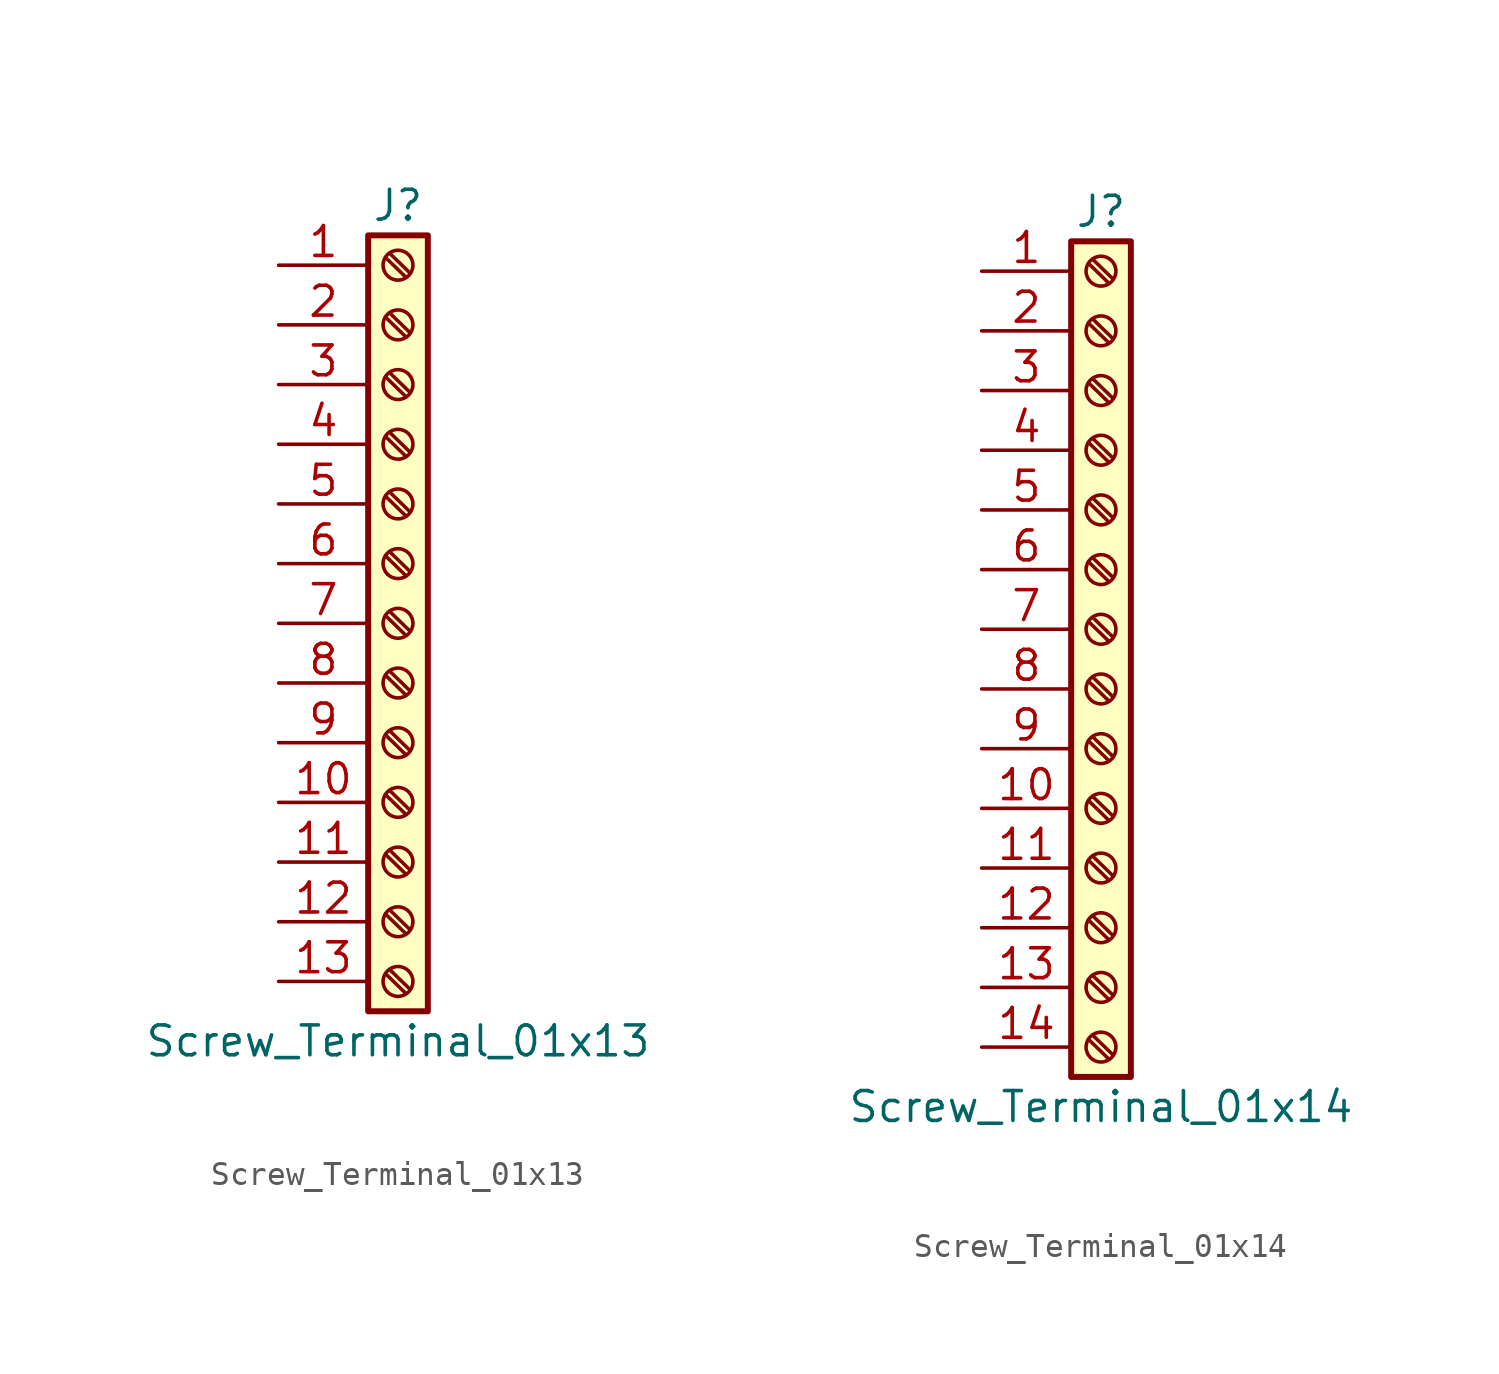
<source format=kicad_sym>
(kicad_symbol_lib
  (version 20201005)
  (generator kicad_symbol_editor)
  (symbol "Connector:Screw_Terminal_01x13"
    (pin_names
      (offset 1.016) hide)
    (property "Reference" "J"
      (at 0 17.78 0)
      (effects (font (size 1.27 1.27))))
    (property "Value" "Screw_Terminal_01x13"
      (at 0 -17.78 0)
      (effects (font (size 1.27 1.27))))
    (symbol "Screw_Terminal_01x13_1_1"
      (circle (center 0 -15.24) (radius 0.635) (stroke (width 0.152)) (fill (type none)))
      (circle (center 0 -12.7) (radius 0.635) (stroke (width 0.152)) (fill (type none)))
      (circle (center 0 -10.16) (radius 0.635) (stroke (width 0.152)) (fill (type none)))
      (circle (center 0 -7.62) (radius 0.635) (stroke (width 0.152)) (fill (type none)))
      (circle (center 0 -5.08) (radius 0.635) (stroke (width 0.152)) (fill (type none)))
      (circle (center 0 -2.54) (radius 0.635) (stroke (width 0.152)) (fill (type none)))
      (circle (center 0 0) (radius 0.635) (stroke (width 0.152)) (fill (type none)))
      (circle (center 0 2.54) (radius 0.635) (stroke (width 0.152)) (fill (type none)))
      (circle (center 0 5.08) (radius 0.635) (stroke (width 0.152)) (fill (type none)))
      (circle (center 0 7.62) (radius 0.635) (stroke (width 0.152)) (fill (type none)))
      (circle (center 0 10.16) (radius 0.635) (stroke (width 0.152)) (fill (type none)))
      (circle (center 0 12.7) (radius 0.635) (stroke (width 0.152)) (fill (type none)))
      (circle (center 0 15.24) (radius 0.635) (stroke (width 0.152)) (fill (type none)))
      (rectangle (start -1.27 16.51) (end 1.27 -16.51) (stroke (width 0.254)) (fill (type background)))
      (polyline (pts (xy -0.533 -14.91) (xy 0.33 -15.748)) (stroke (width 0.152)) (fill (type none)))
      (polyline (pts (xy -0.533 -12.37) (xy 0.33 -13.208)) (stroke (width 0.152)) (fill (type none)))
      (polyline (pts (xy -0.533 -9.83) (xy 0.33 -10.668)) (stroke (width 0.152)) (fill (type none)))
      (polyline (pts (xy -0.533 -7.29) (xy 0.33 -8.128)) (stroke (width 0.152)) (fill (type none)))
      (polyline (pts (xy -0.533 -4.75) (xy 0.33 -5.588)) (stroke (width 0.152)) (fill (type none)))
      (polyline (pts (xy -0.533 -2.21) (xy 0.33 -3.048)) (stroke (width 0.152)) (fill (type none)))
      (polyline (pts (xy -0.533 0.33) (xy 0.33 -0.508)) (stroke (width 0.152)) (fill (type none)))
      (polyline (pts (xy -0.533 2.87) (xy 0.33 2.032)) (stroke (width 0.152)) (fill (type none)))
      (polyline (pts (xy -0.533 5.41) (xy 0.33 4.572)) (stroke (width 0.152)) (fill (type none)))
      (polyline (pts (xy -0.533 7.95) (xy 0.33 7.112)) (stroke (width 0.152)) (fill (type none)))
      (polyline (pts (xy -0.533 10.49) (xy 0.33 9.652)) (stroke (width 0.152)) (fill (type none)))
      (polyline (pts (xy -0.533 13.03) (xy 0.33 12.192)) (stroke (width 0.152)) (fill (type none)))
      (polyline (pts (xy -0.533 15.57) (xy 0.33 14.732)) (stroke (width 0.152)) (fill (type none)))
      (polyline (pts (xy -0.356 -14.732) (xy 0.508 -15.57)) (stroke (width 0.152)) (fill (type none)))
      (polyline (pts (xy -0.356 -12.192) (xy 0.508 -13.03)) (stroke (width 0.152)) (fill (type none)))
      (polyline (pts (xy -0.356 -9.652) (xy 0.508 -10.49)) (stroke (width 0.152)) (fill (type none)))
      (polyline (pts (xy -0.356 -7.112) (xy 0.508 -7.95)) (stroke (width 0.152)) (fill (type none)))
      (polyline (pts (xy -0.356 -4.572) (xy 0.508 -5.41)) (stroke (width 0.152)) (fill (type none)))
      (polyline (pts (xy -0.356 -2.032) (xy 0.508 -2.87)) (stroke (width 0.152)) (fill (type none)))
      (polyline (pts (xy -0.356 0.508) (xy 0.508 -0.33)) (stroke (width 0.152)) (fill (type none)))
      (polyline (pts (xy -0.356 3.048) (xy 0.508 2.21)) (stroke (width 0.152)) (fill (type none)))
      (polyline (pts (xy -0.356 5.588) (xy 0.508 4.75)) (stroke (width 0.152)) (fill (type none)))
      (polyline (pts (xy -0.356 8.128) (xy 0.508 7.29)) (stroke (width 0.152)) (fill (type none)))
      (polyline (pts (xy -0.356 10.668) (xy 0.508 9.83)) (stroke (width 0.152)) (fill (type none)))
      (polyline (pts (xy -0.356 13.208) (xy 0.508 12.37)) (stroke (width 0.152)) (fill (type none)))
      (polyline (pts (xy -0.356 15.748) (xy 0.508 14.91)) (stroke (width 0.152)) (fill (type none)))
      (pin passive line (at -5.08 15.24 0) (length 3.81) (name "Pin_1" (effects (font (size 1.27 1.27)))) (number "1" (effects (font (size 1.27 1.27)))))
      (pin passive line (at -5.08 -7.62 0) (length 3.81) (name "Pin_10" (effects (font (size 1.27 1.27)))) (number "10" (effects (font (size 1.27 1.27)))))
      (pin passive line (at -5.08 -10.16 0) (length 3.81) (name "Pin_11" (effects (font (size 1.27 1.27)))) (number "11" (effects (font (size 1.27 1.27)))))
      (pin passive line (at -5.08 -12.7 0) (length 3.81) (name "Pin_12" (effects (font (size 1.27 1.27)))) (number "12" (effects (font (size 1.27 1.27)))))
      (pin passive line (at -5.08 -15.24 0) (length 3.81) (name "Pin_13" (effects (font (size 1.27 1.27)))) (number "13" (effects (font (size 1.27 1.27)))))
      (pin passive line (at -5.08 12.7 0) (length 3.81) (name "Pin_2" (effects (font (size 1.27 1.27)))) (number "2" (effects (font (size 1.27 1.27)))))
      (pin passive line (at -5.08 10.16 0) (length 3.81) (name "Pin_3" (effects (font (size 1.27 1.27)))) (number "3" (effects (font (size 1.27 1.27)))))
      (pin passive line (at -5.08 7.62 0) (length 3.81) (name "Pin_4" (effects (font (size 1.27 1.27)))) (number "4" (effects (font (size 1.27 1.27)))))
      (pin passive line (at -5.08 5.08 0) (length 3.81) (name "Pin_5" (effects (font (size 1.27 1.27)))) (number "5" (effects (font (size 1.27 1.27)))))
      (pin passive line (at -5.08 2.54 0) (length 3.81) (name "Pin_6" (effects (font (size 1.27 1.27)))) (number "6" (effects (font (size 1.27 1.27)))))
      (pin passive line (at -5.08 0 0) (length 3.81) (name "Pin_7" (effects (font (size 1.27 1.27)))) (number "7" (effects (font (size 1.27 1.27)))))
      (pin passive line (at -5.08 -2.54 0) (length 3.81) (name "Pin_8" (effects (font (size 1.27 1.27)))) (number "8" (effects (font (size 1.27 1.27)))))
      (pin passive line (at -5.08 -5.08 0) (length 3.81) (name "Pin_9" (effects (font (size 1.27 1.27)))) (number "9" (effects (font (size 1.27 1.27)))))))
  (symbol "Connector:Screw_Terminal_01x14"
    (pin_names
      (offset 1.016) hide)
    (property "Reference" "J"
      (at 0 17.78 0)
      (effects (font (size 1.27 1.27))))
    (property "Value" "Screw_Terminal_01x14"
      (at 0 -20.32 0)
      (effects (font (size 1.27 1.27))))
    (symbol "Screw_Terminal_01x14_1_1"
      (circle (center 0 -17.78) (radius 0.635) (stroke (width 0.152)) (fill (type none)))
      (circle (center 0 -15.24) (radius 0.635) (stroke (width 0.152)) (fill (type none)))
      (circle (center 0 -12.7) (radius 0.635) (stroke (width 0.152)) (fill (type none)))
      (circle (center 0 -10.16) (radius 0.635) (stroke (width 0.152)) (fill (type none)))
      (circle (center 0 -7.62) (radius 0.635) (stroke (width 0.152)) (fill (type none)))
      (circle (center 0 -5.08) (radius 0.635) (stroke (width 0.152)) (fill (type none)))
      (circle (center 0 -2.54) (radius 0.635) (stroke (width 0.152)) (fill (type none)))
      (circle (center 0 0) (radius 0.635) (stroke (width 0.152)) (fill (type none)))
      (circle (center 0 2.54) (radius 0.635) (stroke (width 0.152)) (fill (type none)))
      (circle (center 0 5.08) (radius 0.635) (stroke (width 0.152)) (fill (type none)))
      (circle (center 0 7.62) (radius 0.635) (stroke (width 0.152)) (fill (type none)))
      (circle (center 0 10.16) (radius 0.635) (stroke (width 0.152)) (fill (type none)))
      (circle (center 0 12.7) (radius 0.635) (stroke (width 0.152)) (fill (type none)))
      (circle (center 0 15.24) (radius 0.635) (stroke (width 0.152)) (fill (type none)))
      (rectangle (start -1.27 16.51) (end 1.27 -19.05) (stroke (width 0.254)) (fill (type background)))
      (polyline (pts (xy -0.533 -17.45) (xy 0.33 -18.288)) (stroke (width 0.152)) (fill (type none)))
      (polyline (pts (xy -0.533 -14.91) (xy 0.33 -15.748)) (stroke (width 0.152)) (fill (type none)))
      (polyline (pts (xy -0.533 -12.37) (xy 0.33 -13.208)) (stroke (width 0.152)) (fill (type none)))
      (polyline (pts (xy -0.533 -9.83) (xy 0.33 -10.668)) (stroke (width 0.152)) (fill (type none)))
      (polyline (pts (xy -0.533 -7.29) (xy 0.33 -8.128)) (stroke (width 0.152)) (fill (type none)))
      (polyline (pts (xy -0.533 -4.75) (xy 0.33 -5.588)) (stroke (width 0.152)) (fill (type none)))
      (polyline (pts (xy -0.533 -2.21) (xy 0.33 -3.048)) (stroke (width 0.152)) (fill (type none)))
      (polyline (pts (xy -0.533 0.33) (xy 0.33 -0.508)) (stroke (width 0.152)) (fill (type none)))
      (polyline (pts (xy -0.533 2.87) (xy 0.33 2.032)) (stroke (width 0.152)) (fill (type none)))
      (polyline (pts (xy -0.533 5.41) (xy 0.33 4.572)) (stroke (width 0.152)) (fill (type none)))
      (polyline (pts (xy -0.533 7.95) (xy 0.33 7.112)) (stroke (width 0.152)) (fill (type none)))
      (polyline (pts (xy -0.533 10.49) (xy 0.33 9.652)) (stroke (width 0.152)) (fill (type none)))
      (polyline (pts (xy -0.533 13.03) (xy 0.33 12.192)) (stroke (width 0.152)) (fill (type none)))
      (polyline (pts (xy -0.533 15.57) (xy 0.33 14.732)) (stroke (width 0.152)) (fill (type none)))
      (polyline (pts (xy -0.356 -17.272) (xy 0.508 -18.11)) (stroke (width 0.152)) (fill (type none)))
      (polyline (pts (xy -0.356 -14.732) (xy 0.508 -15.57)) (stroke (width 0.152)) (fill (type none)))
      (polyline (pts (xy -0.356 -12.192) (xy 0.508 -13.03)) (stroke (width 0.152)) (fill (type none)))
      (polyline (pts (xy -0.356 -9.652) (xy 0.508 -10.49)) (stroke (width 0.152)) (fill (type none)))
      (polyline (pts (xy -0.356 -7.112) (xy 0.508 -7.95)) (stroke (width 0.152)) (fill (type none)))
      (polyline (pts (xy -0.356 -4.572) (xy 0.508 -5.41)) (stroke (width 0.152)) (fill (type none)))
      (polyline (pts (xy -0.356 -2.032) (xy 0.508 -2.87)) (stroke (width 0.152)) (fill (type none)))
      (polyline (pts (xy -0.356 0.508) (xy 0.508 -0.33)) (stroke (width 0.152)) (fill (type none)))
      (polyline (pts (xy -0.356 3.048) (xy 0.508 2.21)) (stroke (width 0.152)) (fill (type none)))
      (polyline (pts (xy -0.356 5.588) (xy 0.508 4.75)) (stroke (width 0.152)) (fill (type none)))
      (polyline (pts (xy -0.356 8.128) (xy 0.508 7.29)) (stroke (width 0.152)) (fill (type none)))
      (polyline (pts (xy -0.356 10.668) (xy 0.508 9.83)) (stroke (width 0.152)) (fill (type none)))
      (polyline (pts (xy -0.356 13.208) (xy 0.508 12.37)) (stroke (width 0.152)) (fill (type none)))
      (polyline (pts (xy -0.356 15.748) (xy 0.508 14.91)) (stroke (width 0.152)) (fill (type none)))
      (pin passive line (at -5.08 15.24 0) (length 3.81) (name "Pin_1" (effects (font (size 1.27 1.27)))) (number "1" (effects (font (size 1.27 1.27)))))
      (pin passive line (at -5.08 -7.62 0) (length 3.81) (name "Pin_10" (effects (font (size 1.27 1.27)))) (number "10" (effects (font (size 1.27 1.27)))))
      (pin passive line (at -5.08 -10.16 0) (length 3.81) (name "Pin_11" (effects (font (size 1.27 1.27)))) (number "11" (effects (font (size 1.27 1.27)))))
      (pin passive line (at -5.08 -12.7 0) (length 3.81) (name "Pin_12" (effects (font (size 1.27 1.27)))) (number "12" (effects (font (size 1.27 1.27)))))
      (pin passive line (at -5.08 -15.24 0) (length 3.81) (name "Pin_13" (effects (font (size 1.27 1.27)))) (number "13" (effects (font (size 1.27 1.27)))))
      (pin passive line (at -5.08 -17.78 0) (length 3.81) (name "Pin_14" (effects (font (size 1.27 1.27)))) (number "14" (effects (font (size 1.27 1.27)))))
      (pin passive line (at -5.08 12.7 0) (length 3.81) (name "Pin_2" (effects (font (size 1.27 1.27)))) (number "2" (effects (font (size 1.27 1.27)))))
      (pin passive line (at -5.08 10.16 0) (length 3.81) (name "Pin_3" (effects (font (size 1.27 1.27)))) (number "3" (effects (font (size 1.27 1.27)))))
      (pin passive line (at -5.08 7.62 0) (length 3.81) (name "Pin_4" (effects (font (size 1.27 1.27)))) (number "4" (effects (font (size 1.27 1.27)))))
      (pin passive line (at -5.08 5.08 0) (length 3.81) (name "Pin_5" (effects (font (size 1.27 1.27)))) (number "5" (effects (font (size 1.27 1.27)))))
      (pin passive line (at -5.08 2.54 0) (length 3.81) (name "Pin_6" (effects (font (size 1.27 1.27)))) (number "6" (effects (font (size 1.27 1.27)))))
      (pin passive line (at -5.08 0 0) (length 3.81) (name "Pin_7" (effects (font (size 1.27 1.27)))) (number "7" (effects (font (size 1.27 1.27)))))
      (pin passive line (at -5.08 -2.54 0) (length 3.81) (name "Pin_8" (effects (font (size 1.27 1.27)))) (number "8" (effects (font (size 1.27 1.27)))))
      (pin passive line (at -5.08 -5.08 0) (length 3.81) (name "Pin_9" (effects (font (size 1.27 1.27)))) (number "9" (effects (font (size 1.27 1.27))))))))
</source>
